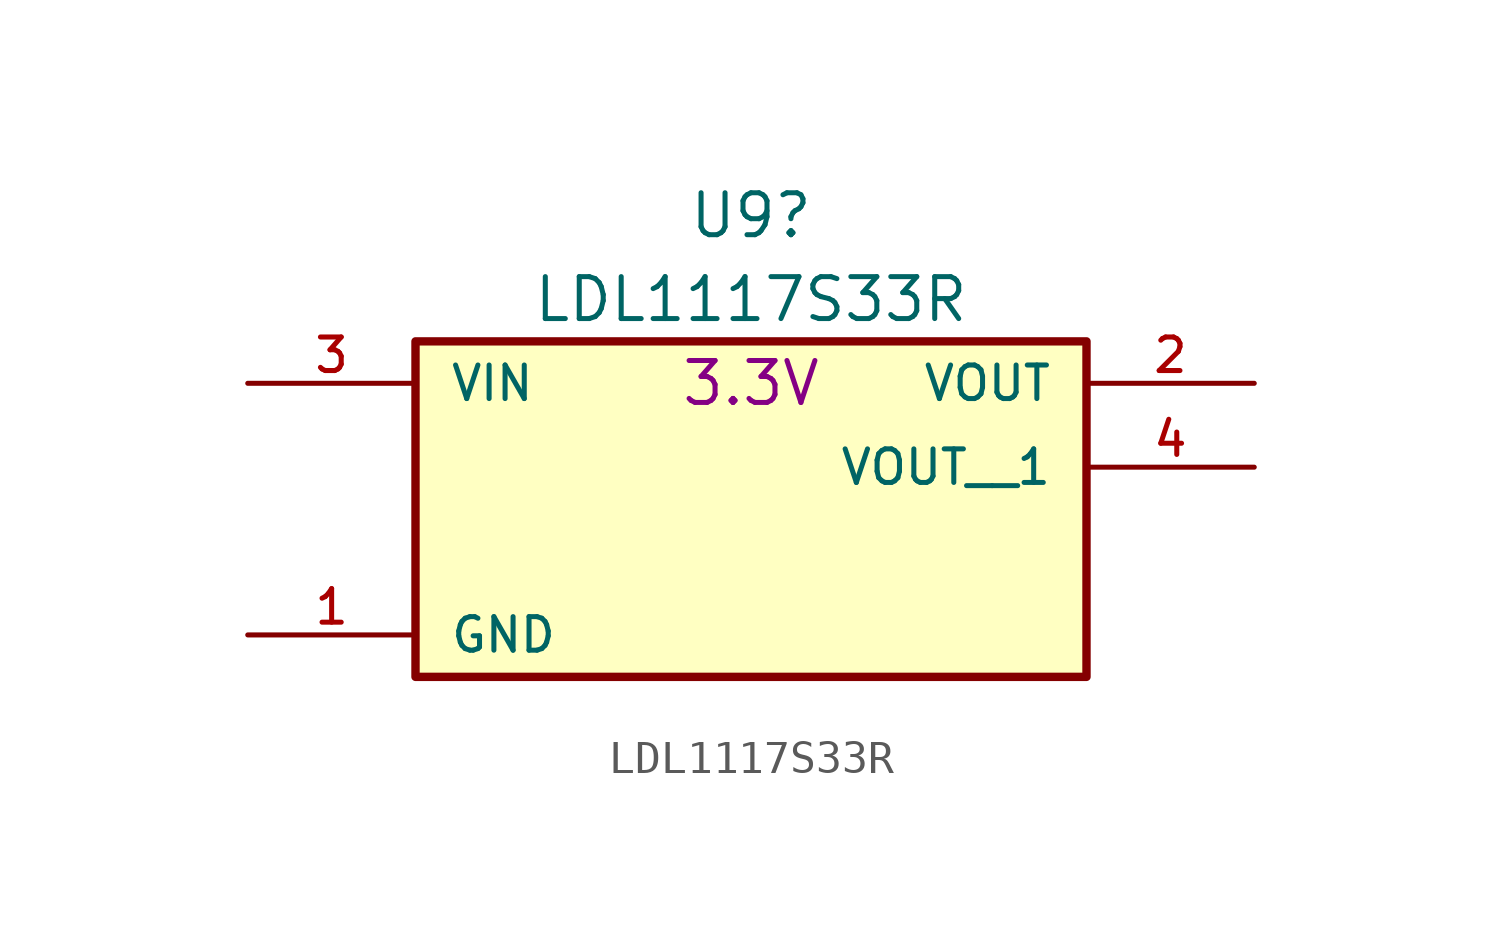
<source format=kicad_sym>
(kicad_symbol_lib
  (version 20220914)
  (generator kicad_symbol_editor)
  (symbol "LDL1117S33R"
    (pin_names
      (offset 1.016))
    (property "Reference" "U9"
      (at 0 8.89 0)
      (effects (font (size 1.27 1.27))))
    (property "Value" "LDL1117S33R"
      (at 0 6.35 0)
      (effects (font (size 1.27 1.27))))
    (property "Out voltage" "3.3V"
      (at 0 3.81 0)
      (effects (font (size 1.27 1.27))))
    (property "ki_locked" ""
      (at 0 0 0)
      (effects (font (size 1.27 1.27))))
    (symbol "LDL1117S33R_0_0"
      (rectangle (start -10.16 5.08) (end 10.16 -5.08) (stroke (width 0.254) (type solid)) (fill (type background)))
      (pin power_in line (at -15.24 -3.81 0) (length 5.08) (name "GND" (effects (font (size 1.016 1.016)))) (number "1" (effects (font (size 1.016 1.016)))))
      (pin output line (at 15.24 3.81 180) (length 5.08) (name "VOUT" (effects (font (size 1.016 1.016)))) (number "2" (effects (font (size 1.016 1.016)))))
      (pin input line (at -15.24 3.81 0) (length 5.08) (name "VIN" (effects (font (size 1.016 1.016)))) (number "3" (effects (font (size 1.016 1.016)))))
      (pin output line (at 15.24 1.27 180) (length 5.08) (name "VOUT__1" (effects (font (size 1.016 1.016)))) (number "4" (effects (font (size 1.016 1.016))))))))
</source>
